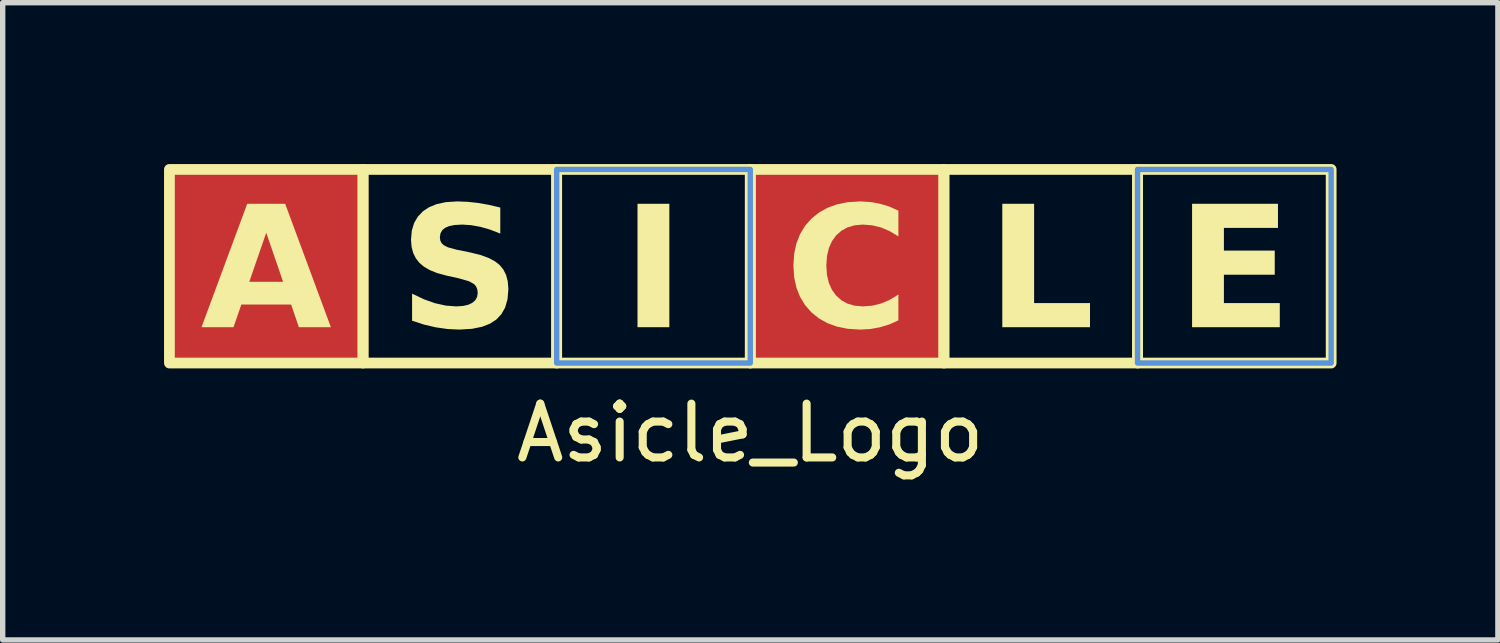
<source format=kicad_pcb>
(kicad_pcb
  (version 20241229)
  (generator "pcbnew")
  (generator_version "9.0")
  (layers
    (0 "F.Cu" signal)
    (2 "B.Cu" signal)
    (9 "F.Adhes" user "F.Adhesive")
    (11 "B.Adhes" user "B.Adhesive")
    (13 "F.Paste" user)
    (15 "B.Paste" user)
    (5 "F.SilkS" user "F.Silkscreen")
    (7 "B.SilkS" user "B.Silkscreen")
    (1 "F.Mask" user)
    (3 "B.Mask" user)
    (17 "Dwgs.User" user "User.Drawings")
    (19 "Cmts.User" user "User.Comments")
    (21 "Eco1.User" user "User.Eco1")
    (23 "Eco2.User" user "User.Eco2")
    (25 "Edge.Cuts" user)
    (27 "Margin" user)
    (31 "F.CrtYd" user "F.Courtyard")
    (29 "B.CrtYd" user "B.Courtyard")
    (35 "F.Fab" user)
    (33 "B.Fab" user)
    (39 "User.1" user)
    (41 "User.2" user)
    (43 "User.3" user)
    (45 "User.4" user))
  (footprint "Asicle_Logo"
    (layer "F.Cu")
    (at 10.9 2)
    (property "Reference" "Asicle_Logo" (at 0 3 0) (layer "F.SilkS") (effects (font (size 1 1) (thickness 0.15))))
    (fp_rect (start -10.8 -1.9) (end -7.2 1.7) (stroke (width 0) (type solid)) (fill yes) (layer "F.Cu"))
    (fp_rect (start -10.8 -1.9) (end 10.8 1.7) (stroke (width 0.05) (type default)) (fill no) (layer "F.Cu"))
    (fp_rect (start 0 -1.9) (end 3.6 1.7) (stroke (width 0) (type solid)) (fill yes) (layer "F.Cu"))
    (fp_rect (start -7.2 -1.9) (end -3.6 1.7) (stroke (width 0) (type solid)) (fill yes) (layer "F.Mask"))
    (fp_rect (start 0 -1.9) (end 3.6 1.7) (stroke (width 0) (type solid)) (fill yes) (layer "F.Mask"))
    (fp_rect (start 3.6 -1.9) (end 7.2 1.7) (stroke (width 0) (type solid)) (fill yes) (layer "F.Mask"))
    (fp_rect (start -10.8 -1.9) (end -7.2 1.7) (stroke (width 0.2) (type default)) (fill no) (layer "F.SilkS"))
    (fp_rect (start -7.2 -1.9) (end -3.6 1.7) (stroke (width 0.2) (type default)) (fill no) (layer "F.SilkS"))
    (fp_rect (start -3.6 -1.9) (end 0 1.7) (stroke (width 0.2) (type default)) (fill no) (layer "F.SilkS"))
    (fp_rect (start 0 -1.9) (end 3.6 1.7) (stroke (width 0.2) (type default)) (fill no) (layer "F.SilkS"))
    (fp_rect (start 3.6 -1.9) (end 7.2 1.7) (stroke (width 0.2) (type default)) (fill no) (layer "F.SilkS"))
    (fp_rect (start 7.2 -1.9) (end 10.8 1.7) (stroke (width 0.2) (type default)) (fill no) (layer "F.SilkS"))
    (fp_rect (start -3.6 -1.9) (end 0 1.7) (stroke (width 0.1) (type solid)) (fill no) (layer "Cmts.User"))
    (fp_rect (start 7.2 -1.9) (end 10.8 1.7) (stroke (width 0.1) (type solid)) (fill no) (layer "Cmts.User"))
    (fp_text user "C" (at 1.8 0.1 0) (unlocked yes) (layer "F.SilkS") (effects (font (face "Roboto Black") (size 2.25 2.25) (thickness 0.4) (bold yes))))
    (fp_text user "A" (at -9 0.1 0) (unlocked yes) (layer "F.SilkS") (effects (font (face "Roboto Black") (size 2.25 2.25) (thickness 0.4) (bold yes))))
    (fp_text user "S" (at -5.4 0.1 0) (unlocked yes) (layer "F.SilkS") (effects (font (face "Roboto Black") (size 2.25 2.25) (thickness 0.4) (bold yes))))
    (fp_text user "E" (at 9 0.1 0) (unlocked yes) (layer "F.SilkS") (effects (font (face "Roboto Black") (size 2.25 2.25) (thickness 0.4) (bold yes))))
    (fp_text user "I" (at -1.8 0.1 0) (unlocked yes) (layer "F.SilkS") (effects (font (face "Roboto Black") (size 2.25 2.25) (thickness 0.4) (bold yes))))
    (fp_text user "L" (at 5.4 0.1 0) (unlocked yes) (layer "F.SilkS") (effects (font (face "Roboto Black") (size 2.25 2.25) (thickness 0.4) (bold yes)))))
  (gr_rect
    (start -3 -3)
    (end 24.8 8.848)
    (stroke (width 0.1) (type default))
    (fill no)
    (layer "Edge.Cuts")))
</source>
